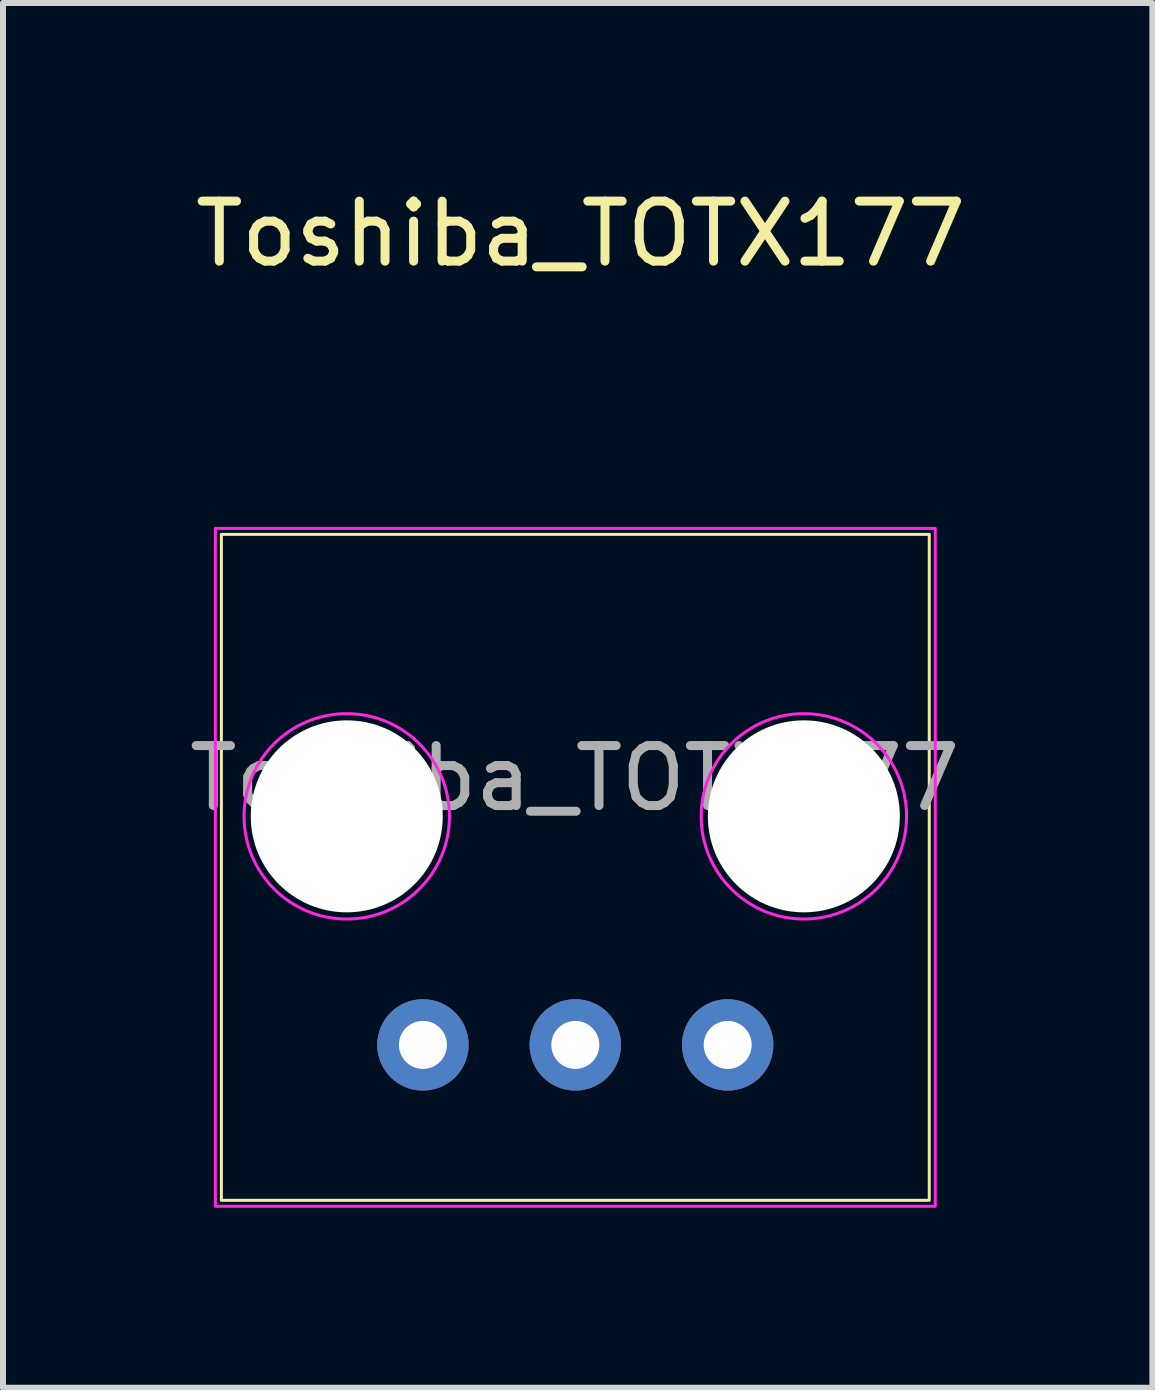
<source format=kicad_pcb>
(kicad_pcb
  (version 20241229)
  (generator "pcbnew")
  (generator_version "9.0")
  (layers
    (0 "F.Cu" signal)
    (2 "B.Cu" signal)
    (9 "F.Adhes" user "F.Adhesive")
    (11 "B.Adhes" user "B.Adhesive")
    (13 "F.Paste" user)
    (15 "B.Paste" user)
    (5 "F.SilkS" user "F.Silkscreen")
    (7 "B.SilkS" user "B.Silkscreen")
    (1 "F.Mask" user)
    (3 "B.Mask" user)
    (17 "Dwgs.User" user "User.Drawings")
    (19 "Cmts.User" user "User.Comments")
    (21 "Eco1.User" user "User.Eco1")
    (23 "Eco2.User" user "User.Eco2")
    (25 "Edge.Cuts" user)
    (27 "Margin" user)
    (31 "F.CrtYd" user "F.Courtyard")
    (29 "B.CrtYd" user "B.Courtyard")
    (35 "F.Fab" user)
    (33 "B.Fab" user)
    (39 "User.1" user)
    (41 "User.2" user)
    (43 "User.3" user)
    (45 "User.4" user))
  (footprint "Toshiba_TOTX177"
    (layer "F.Cu")
    (at 2.72 11.998)
    (property "Reference" "Toshiba_TOTX177" (at 3.91 -11.15 0) (layer "F.SilkS") (effects (font (size 1 1) (thickness 0.15))))
    (attr through_hole)
    (fp_rect (start -2.08 -6.14) (end 9.72 4.96) (stroke (width 0.05) (type solid)) (fill no) (layer "F.SilkS"))
    (fp_rect (start -2.18 -6.24) (end 9.82 5.06) (stroke (width 0.05) (type solid)) (fill no) (layer "F.CrtYd"))
    (fp_circle (center 0.01 -1.44) (end 1.72 -1.36) (stroke (width 0.05) (type solid)) (fill no) (layer "F.CrtYd"))
    (fp_circle (center 7.63 -1.44) (end 9.34 -1.36) (stroke (width 0.05) (type solid)) (fill no) (layer "F.CrtYd"))
    (fp_text user "${REFERENCE}" (at 3.81 -2.075 0) (layer "F.Fab") (effects (font (size 1 1) (thickness 0.15))))
    (pad "" np_thru_hole circle (at 0.01 -1.44) (size 3.2 3.2) (drill 3.2) (layers "*.Cu" "*.Mask"))
    (pad "" np_thru_hole circle (at 7.63 -1.44) (size 3.2 3.2) (drill 3.2) (layers "*.Cu" "*.Mask"))
    (pad "1" thru_hole circle (at 1.28 2.37) (size 1.524 1.524) (drill 0.8) (layers "*.Cu" "*.Mask"))
    (pad "2" thru_hole circle (at 3.82 2.37) (size 1.524 1.524) (drill 0.8) (layers "*.Cu" "*.Mask"))
    (pad "3" thru_hole circle (at 6.36 2.37) (size 1.524 1.524) (drill 0.8) (layers "*.Cu" "*.Mask")))
  (gr_rect
    (start -3 -3)
    (end 16.16 20.083)
    (stroke (width 0.1) (type default))
    (fill no)
    (layer "Edge.Cuts")))
</source>
